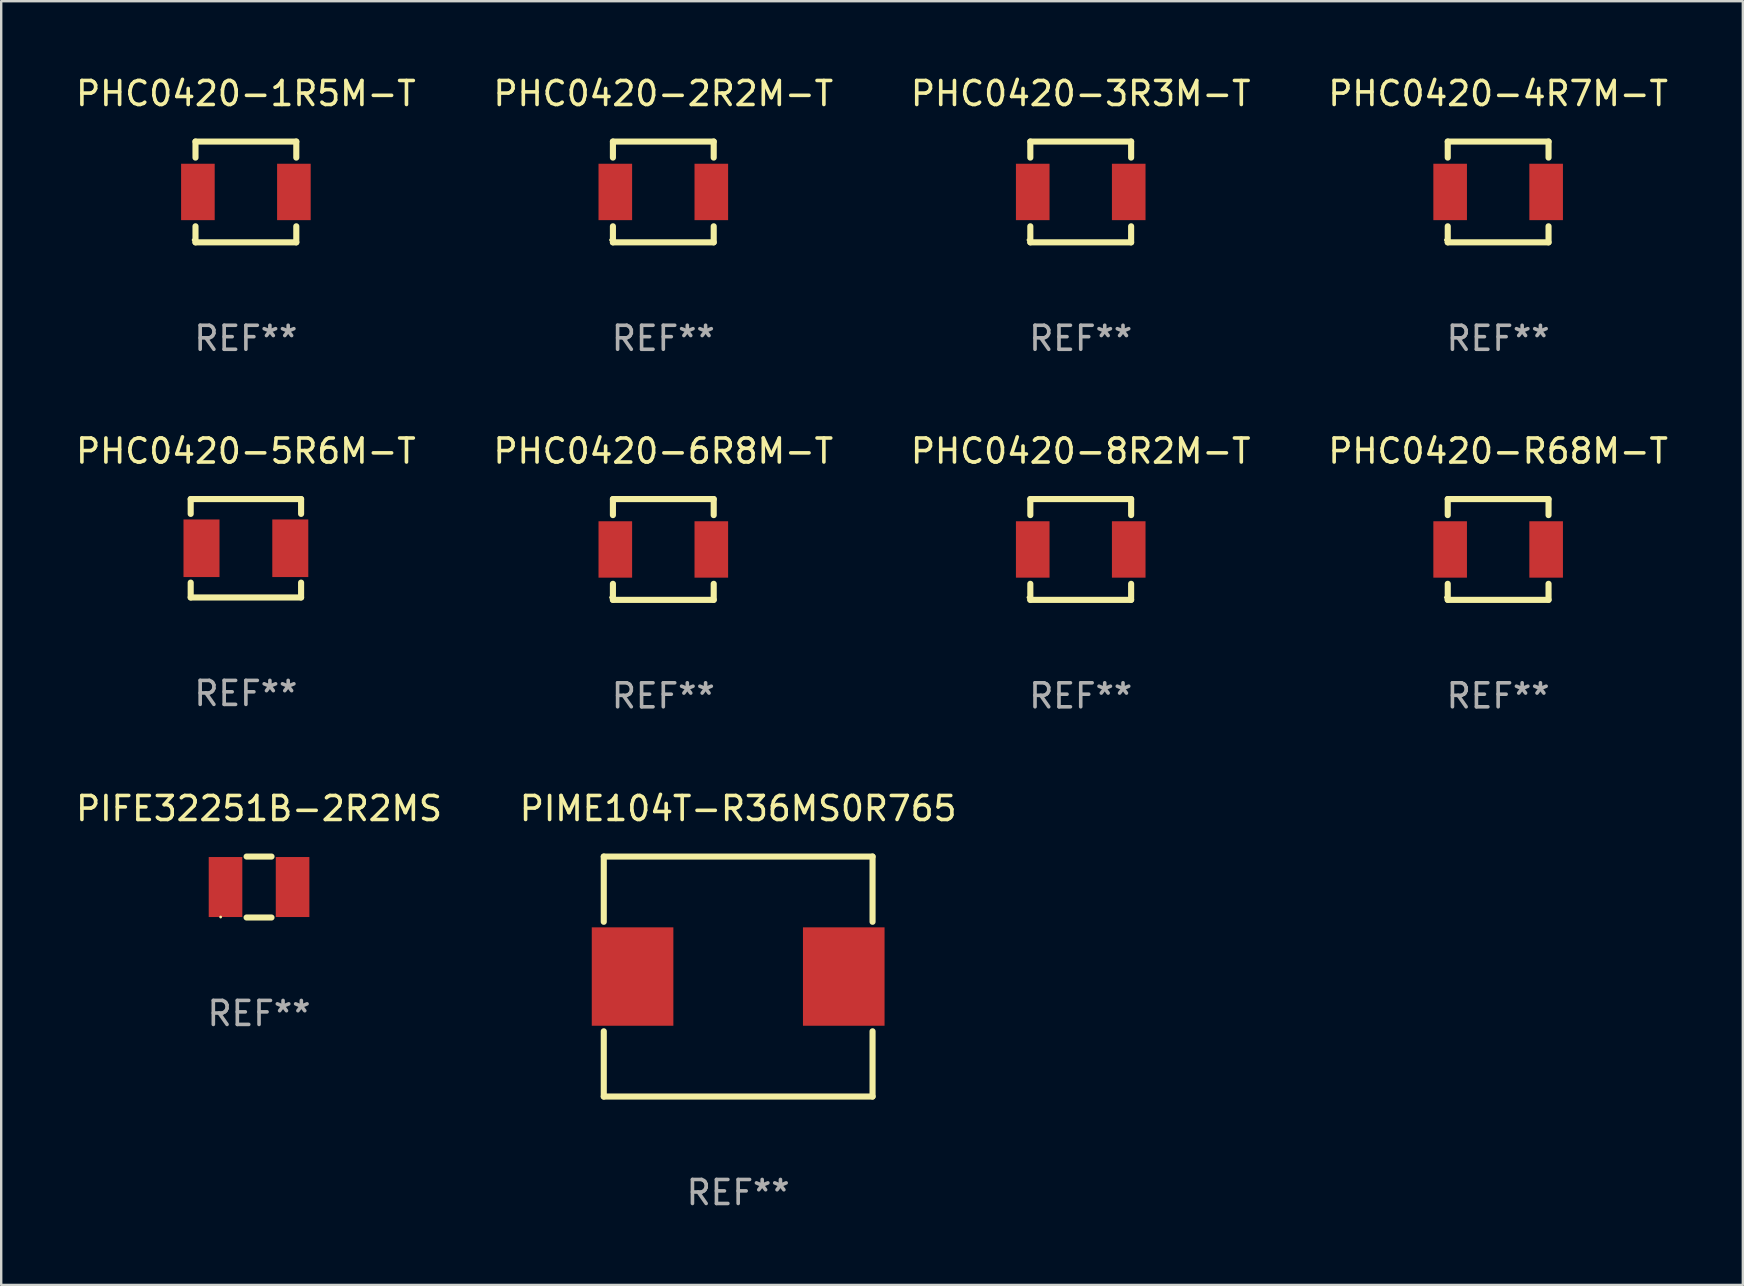
<source format=kicad_pcb>
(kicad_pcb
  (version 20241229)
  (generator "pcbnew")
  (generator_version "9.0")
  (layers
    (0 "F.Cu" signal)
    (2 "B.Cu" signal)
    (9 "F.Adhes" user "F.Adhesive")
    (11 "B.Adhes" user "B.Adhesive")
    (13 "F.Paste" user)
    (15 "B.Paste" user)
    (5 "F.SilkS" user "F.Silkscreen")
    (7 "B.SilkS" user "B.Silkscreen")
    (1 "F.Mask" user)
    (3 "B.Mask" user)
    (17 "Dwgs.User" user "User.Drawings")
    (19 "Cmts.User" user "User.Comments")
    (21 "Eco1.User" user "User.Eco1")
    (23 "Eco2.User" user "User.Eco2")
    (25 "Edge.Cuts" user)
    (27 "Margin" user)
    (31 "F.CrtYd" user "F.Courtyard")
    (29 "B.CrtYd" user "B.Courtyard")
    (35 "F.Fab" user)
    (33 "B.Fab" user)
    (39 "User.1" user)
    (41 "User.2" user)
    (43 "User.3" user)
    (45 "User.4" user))
  (footprint "PHC0420-R68M-T"
    (layer "F.Cu")
    (at 59.375 19.845)
    (property "Reference" "PHC0420-R68M-T" (at 0 -4.1 0) (layer "F.SilkS") (effects (font (size 1 1) (thickness 0.15))))
    (attr through_hole)
    (fp_line (start -2.1 -2.1) (end 2.1 -2.1) (stroke (width 0.254) (type solid)) (layer "F.SilkS"))
    (fp_line (start -2.1 -1.431) (end -2.1 -2.1) (stroke (width 0.254) (type solid)) (layer "F.SilkS"))
    (fp_line (start -2.1 2.1) (end -2.1 1.431) (stroke (width 0.254) (type solid)) (layer "F.SilkS"))
    (fp_line (start 2.1 -2.1) (end 2.1 -1.431) (stroke (width 0.254) (type solid)) (layer "F.SilkS"))
    (fp_line (start 2.1 1.431) (end 2.1 2.1) (stroke (width 0.254) (type solid)) (layer "F.SilkS"))
    (fp_line (start 2.1 2.1) (end -2.1 2.1) (stroke (width 0.254) (type solid)) (layer "F.SilkS"))
    (fp_circle (center -2.2 2) (end -2.17 2) (stroke (width 0.06) (type solid)) (fill no) (layer "F.SilkS"))
    (fp_text user "REF**" (at 0 6.1 0) (layer "F.Fab") (effects (font (size 1 1) (thickness 0.15))))
    (pad "1" smd rect (at -2 0) (size 1.4 2.35) (layers "F.Cu" "F.Mask" "F.Paste"))
    (pad "2" smd rect (at 2 0) (size 1.4 2.35) (layers "F.Cu" "F.Mask" "F.Paste")))
  (footprint "PHC0420-2R2M-T"
    (layer "F.Cu")
    (at 24.589 4.948)
    (property "Reference" "PHC0420-2R2M-T" (at 0 -4.1 0) (layer "F.SilkS") (effects (font (size 1 1) (thickness 0.15))))
    (attr through_hole)
    (fp_line (start -2.1 -2.1) (end 2.1 -2.1) (stroke (width 0.254) (type solid)) (layer "F.SilkS"))
    (fp_line (start -2.1 -1.431) (end -2.1 -2.1) (stroke (width 0.254) (type solid)) (layer "F.SilkS"))
    (fp_line (start -2.1 2.1) (end -2.1 1.431) (stroke (width 0.254) (type solid)) (layer "F.SilkS"))
    (fp_line (start 2.1 -2.1) (end 2.1 -1.431) (stroke (width 0.254) (type solid)) (layer "F.SilkS"))
    (fp_line (start 2.1 1.431) (end 2.1 2.1) (stroke (width 0.254) (type solid)) (layer "F.SilkS"))
    (fp_line (start 2.1 2.1) (end -2.1 2.1) (stroke (width 0.254) (type solid)) (layer "F.SilkS"))
    (fp_circle (center -2.2 2) (end -2.17 2) (stroke (width 0.06) (type solid)) (fill no) (layer "F.SilkS"))
    (fp_text user "REF**" (at 0 6.1 0) (layer "F.Fab") (effects (font (size 1 1) (thickness 0.15))))
    (pad "1" smd rect (at -2 0) (size 1.4 2.35) (layers "F.Cu" "F.Mask" "F.Paste"))
    (pad "2" smd rect (at 2 0) (size 1.4 2.35) (layers "F.Cu" "F.Mask" "F.Paste")))
  (footprint "PHC0420-4R7M-T"
    (layer "F.Cu")
    (at 59.375 4.948)
    (property "Reference" "PHC0420-4R7M-T" (at 0 -4.1 0) (layer "F.SilkS") (effects (font (size 1 1) (thickness 0.15))))
    (attr through_hole)
    (fp_line (start -2.1 -2.1) (end 2.1 -2.1) (stroke (width 0.254) (type solid)) (layer "F.SilkS"))
    (fp_line (start -2.1 -1.431) (end -2.1 -2.1) (stroke (width 0.254) (type solid)) (layer "F.SilkS"))
    (fp_line (start -2.1 2.1) (end -2.1 1.431) (stroke (width 0.254) (type solid)) (layer "F.SilkS"))
    (fp_line (start 2.1 -2.1) (end 2.1 -1.431) (stroke (width 0.254) (type solid)) (layer "F.SilkS"))
    (fp_line (start 2.1 1.431) (end 2.1 2.1) (stroke (width 0.254) (type solid)) (layer "F.SilkS"))
    (fp_line (start 2.1 2.1) (end -2.1 2.1) (stroke (width 0.254) (type solid)) (layer "F.SilkS"))
    (fp_circle (center -2.2 2) (end -2.17 2) (stroke (width 0.06) (type solid)) (fill no) (layer "F.SilkS"))
    (fp_text user "REF**" (at 0 6.1 0) (layer "F.Fab") (effects (font (size 1 1) (thickness 0.15))))
    (pad "1" smd rect (at -2 0) (size 1.4 2.35) (layers "F.Cu" "F.Mask" "F.Paste"))
    (pad "2" smd rect (at 2 0) (size 1.4 2.35) (layers "F.Cu" "F.Mask" "F.Paste")))
  (footprint "PIFE32251B-2R2MS"
    (layer "F.Cu")
    (at 7.744 33.911)
    (property "Reference" "PIFE32251B-2R2MS" (at 0 -3.27 0) (layer "F.SilkS") (effects (font (size 1 1) (thickness 0.15))))
    (attr through_hole)
    (fp_line (start -0.52 1.27) (end 0.519 1.27) (stroke (width 0.254) (type solid)) (layer "F.SilkS"))
    (fp_line (start -0.519 -1.27) (end 0.52 -1.27) (stroke (width 0.254) (type solid)) (layer "F.SilkS"))
    (fp_circle (center -1.6 1.25) (end -1.57 1.25) (stroke (width 0.06) (type solid)) (fill no) (layer "F.SilkS"))
    (fp_text user "REF**" (at 0 5.27 0) (layer "F.Fab") (effects (font (size 1 1) (thickness 0.15))))
    (pad "1" smd rect (at -1.397 0 90) (size 2.5 1.4) (layers "F.Cu" "F.Mask" "F.Paste"))
    (pad "2" smd rect (at 1.397 0 90) (size 2.5 1.4) (layers "F.Cu" "F.Mask" "F.Paste")))
  (footprint "PHC0420-6R8M-T"
    (layer "F.Cu")
    (at 24.589 19.845)
    (property "Reference" "PHC0420-6R8M-T" (at 0 -4.1 0) (layer "F.SilkS") (effects (font (size 1 1) (thickness 0.15))))
    (attr through_hole)
    (fp_line (start -2.1 -2.1) (end 2.1 -2.1) (stroke (width 0.254) (type solid)) (layer "F.SilkS"))
    (fp_line (start -2.1 -1.431) (end -2.1 -2.1) (stroke (width 0.254) (type solid)) (layer "F.SilkS"))
    (fp_line (start -2.1 2.1) (end -2.1 1.431) (stroke (width 0.254) (type solid)) (layer "F.SilkS"))
    (fp_line (start 2.1 -2.1) (end 2.1 -1.431) (stroke (width 0.254) (type solid)) (layer "F.SilkS"))
    (fp_line (start 2.1 1.431) (end 2.1 2.1) (stroke (width 0.254) (type solid)) (layer "F.SilkS"))
    (fp_line (start 2.1 2.1) (end -2.1 2.1) (stroke (width 0.254) (type solid)) (layer "F.SilkS"))
    (fp_circle (center -2.2 2) (end -2.17 2) (stroke (width 0.06) (type solid)) (fill no) (layer "F.SilkS"))
    (fp_text user "REF**" (at 0 6.1 0) (layer "F.Fab") (effects (font (size 1 1) (thickness 0.15))))
    (pad "1" smd rect (at -2 0) (size 1.4 2.35) (layers "F.Cu" "F.Mask" "F.Paste"))
    (pad "2" smd rect (at 2 0) (size 1.4 2.35) (layers "F.Cu" "F.Mask" "F.Paste")))
  (footprint "PHC0420-8R2M-T"
    (layer "F.Cu")
    (at 41.982 19.845)
    (property "Reference" "PHC0420-8R2M-T" (at 0 -4.1 0) (layer "F.SilkS") (effects (font (size 1 1) (thickness 0.15))))
    (attr through_hole)
    (fp_line (start -2.1 -2.1) (end 2.1 -2.1) (stroke (width 0.254) (type solid)) (layer "F.SilkS"))
    (fp_line (start -2.1 -1.431) (end -2.1 -2.1) (stroke (width 0.254) (type solid)) (layer "F.SilkS"))
    (fp_line (start -2.1 2.1) (end -2.1 1.431) (stroke (width 0.254) (type solid)) (layer "F.SilkS"))
    (fp_line (start 2.1 -2.1) (end 2.1 -1.431) (stroke (width 0.254) (type solid)) (layer "F.SilkS"))
    (fp_line (start 2.1 1.431) (end 2.1 2.1) (stroke (width 0.254) (type solid)) (layer "F.SilkS"))
    (fp_line (start 2.1 2.1) (end -2.1 2.1) (stroke (width 0.254) (type solid)) (layer "F.SilkS"))
    (fp_circle (center -2.2 2) (end -2.17 2) (stroke (width 0.06) (type solid)) (fill no) (layer "F.SilkS"))
    (fp_text user "REF**" (at 0 6.1 0) (layer "F.Fab") (effects (font (size 1 1) (thickness 0.15))))
    (pad "1" smd rect (at -2 0) (size 1.4 2.35) (layers "F.Cu" "F.Mask" "F.Paste"))
    (pad "2" smd rect (at 2 0) (size 1.4 2.35) (layers "F.Cu" "F.Mask" "F.Paste")))
  (footprint "PHC0420-5R6M-T"
    (layer "F.Cu")
    (at 7.196 19.795)
    (property "Reference" "PHC0420-5R6M-T" (at 0 -4.05 0) (layer "F.SilkS") (effects (font (size 1 1) (thickness 0.15))))
    (attr through_hole)
    (fp_line (start -2.3 -2.05) (end 2.3 -2.05) (stroke (width 0.254) (type solid)) (layer "F.SilkS"))
    (fp_line (start -2.3 -1.431) (end -2.3 -2.05) (stroke (width 0.254) (type solid)) (layer "F.SilkS"))
    (fp_line (start -2.3 2.05) (end -2.3 1.431) (stroke (width 0.254) (type solid)) (layer "F.SilkS"))
    (fp_line (start 2.3 -1.431) (end 2.3 -2.05) (stroke (width 0.254) (type solid)) (layer "F.SilkS"))
    (fp_line (start 2.3 2.05) (end -2.3 2.05) (stroke (width 0.254) (type solid)) (layer "F.SilkS"))
    (fp_line (start 2.3 2.05) (end 2.3 1.431) (stroke (width 0.254) (type solid)) (layer "F.SilkS"))
    (fp_circle (center -2.25 2.05) (end -2.22 2.05) (stroke (width 0.06) (type solid)) (fill no) (layer "F.SilkS"))
    (fp_text user "REF**" (at 0 6.05 0) (layer "F.Fab") (effects (font (size 1 1) (thickness 0.15))))
    (pad "1" smd rect (at -1.85 0 90) (size 2.4 1.5) (layers "F.Cu" "F.Mask" "F.Paste"))
    (pad "2" smd rect (at 1.85 0 90) (size 2.4 1.5) (layers "F.Cu" "F.Mask" "F.Paste")))
  (footprint "PHC0420-3R3M-T"
    (layer "F.Cu")
    (at 41.982 4.948)
    (property "Reference" "PHC0420-3R3M-T" (at 0 -4.1 0) (layer "F.SilkS") (effects (font (size 1 1) (thickness 0.15))))
    (attr through_hole)
    (fp_line (start -2.1 -2.1) (end 2.1 -2.1) (stroke (width 0.254) (type solid)) (layer "F.SilkS"))
    (fp_line (start -2.1 -1.431) (end -2.1 -2.1) (stroke (width 0.254) (type solid)) (layer "F.SilkS"))
    (fp_line (start -2.1 2.1) (end -2.1 1.431) (stroke (width 0.254) (type solid)) (layer "F.SilkS"))
    (fp_line (start 2.1 -2.1) (end 2.1 -1.431) (stroke (width 0.254) (type solid)) (layer "F.SilkS"))
    (fp_line (start 2.1 1.431) (end 2.1 2.1) (stroke (width 0.254) (type solid)) (layer "F.SilkS"))
    (fp_line (start 2.1 2.1) (end -2.1 2.1) (stroke (width 0.254) (type solid)) (layer "F.SilkS"))
    (fp_circle (center -2.2 2) (end -2.17 2) (stroke (width 0.06) (type solid)) (fill no) (layer "F.SilkS"))
    (fp_text user "REF**" (at 0 6.1 0) (layer "F.Fab") (effects (font (size 1 1) (thickness 0.15))))
    (pad "1" smd rect (at -2 0) (size 1.4 2.35) (layers "F.Cu" "F.Mask" "F.Paste"))
    (pad "2" smd rect (at 2 0) (size 1.4 2.35) (layers "F.Cu" "F.Mask" "F.Paste")))
  (footprint "PHC0420-1R5M-T"
    (layer "F.Cu")
    (at 7.196 4.948)
    (property "Reference" "PHC0420-1R5M-T" (at 0 -4.1 0) (layer "F.SilkS") (effects (font (size 1 1) (thickness 0.15))))
    (attr through_hole)
    (fp_line (start -2.1 -2.1) (end 2.1 -2.1) (stroke (width 0.254) (type solid)) (layer "F.SilkS"))
    (fp_line (start -2.1 -1.431) (end -2.1 -2.1) (stroke (width 0.254) (type solid)) (layer "F.SilkS"))
    (fp_line (start -2.1 2.1) (end -2.1 1.431) (stroke (width 0.254) (type solid)) (layer "F.SilkS"))
    (fp_line (start 2.1 -2.1) (end 2.1 -1.431) (stroke (width 0.254) (type solid)) (layer "F.SilkS"))
    (fp_line (start 2.1 1.431) (end 2.1 2.1) (stroke (width 0.254) (type solid)) (layer "F.SilkS"))
    (fp_line (start 2.1 2.1) (end -2.1 2.1) (stroke (width 0.254) (type solid)) (layer "F.SilkS"))
    (fp_circle (center -2.2 2) (end -2.17 2) (stroke (width 0.06) (type solid)) (fill no) (layer "F.SilkS"))
    (fp_text user "REF**" (at 0 6.1 0) (layer "F.Fab") (effects (font (size 1 1) (thickness 0.15))))
    (pad "1" smd rect (at -2 0) (size 1.4 2.35) (layers "F.Cu" "F.Mask" "F.Paste"))
    (pad "2" smd rect (at 2 0) (size 1.4 2.35) (layers "F.Cu" "F.Mask" "F.Paste")))
  (footprint "PIME104T-R36MS0R765"
    (layer "F.Cu")
    (at 27.708 37.641)
    (property "Reference" "PIME104T-R36MS0R765" (at 0 -7 0) (layer "F.SilkS") (effects (font (size 1 1) (thickness 0.15))))
    (attr through_hole)
    (fp_line (start -5.6 -5) (end 5.6 -5) (stroke (width 0.254) (type solid)) (layer "F.SilkS"))
    (fp_line (start -5.6 -2.281) (end -5.6 -5) (stroke (width 0.254) (type solid)) (layer "F.SilkS"))
    (fp_line (start -5.6 5) (end -5.6 2.281) (stroke (width 0.254) (type solid)) (layer "F.SilkS"))
    (fp_line (start 5.6 -2.281) (end 5.6 -5) (stroke (width 0.254) (type solid)) (layer "F.SilkS"))
    (fp_line (start 5.6 5) (end -5.6 5) (stroke (width 0.254) (type solid)) (layer "F.SilkS"))
    (fp_line (start 5.6 5) (end 5.6 2.281) (stroke (width 0.254) (type solid)) (layer "F.SilkS"))
    (fp_circle (center -5.6 5) (end -5.57 5) (stroke (width 0.06) (type solid)) (fill no) (layer "F.SilkS"))
    (fp_text user "REF**" (at 0 9 0) (layer "F.Fab") (effects (font (size 1 1) (thickness 0.15))))
    (pad "1" smd rect (at -4.4 0) (size 3.4 4.1) (layers "F.Cu" "F.Mask" "F.Paste"))
    (pad "2" smd rect (at 4.4 0) (size 3.4 4.1) (layers "F.Cu" "F.Mask" "F.Paste")))
  (gr_rect
    (start -3 -3)
    (end 69.571 50.49)
    (stroke (width 0.1) (type default))
    (fill no)
    (layer "Edge.Cuts")))
</source>
